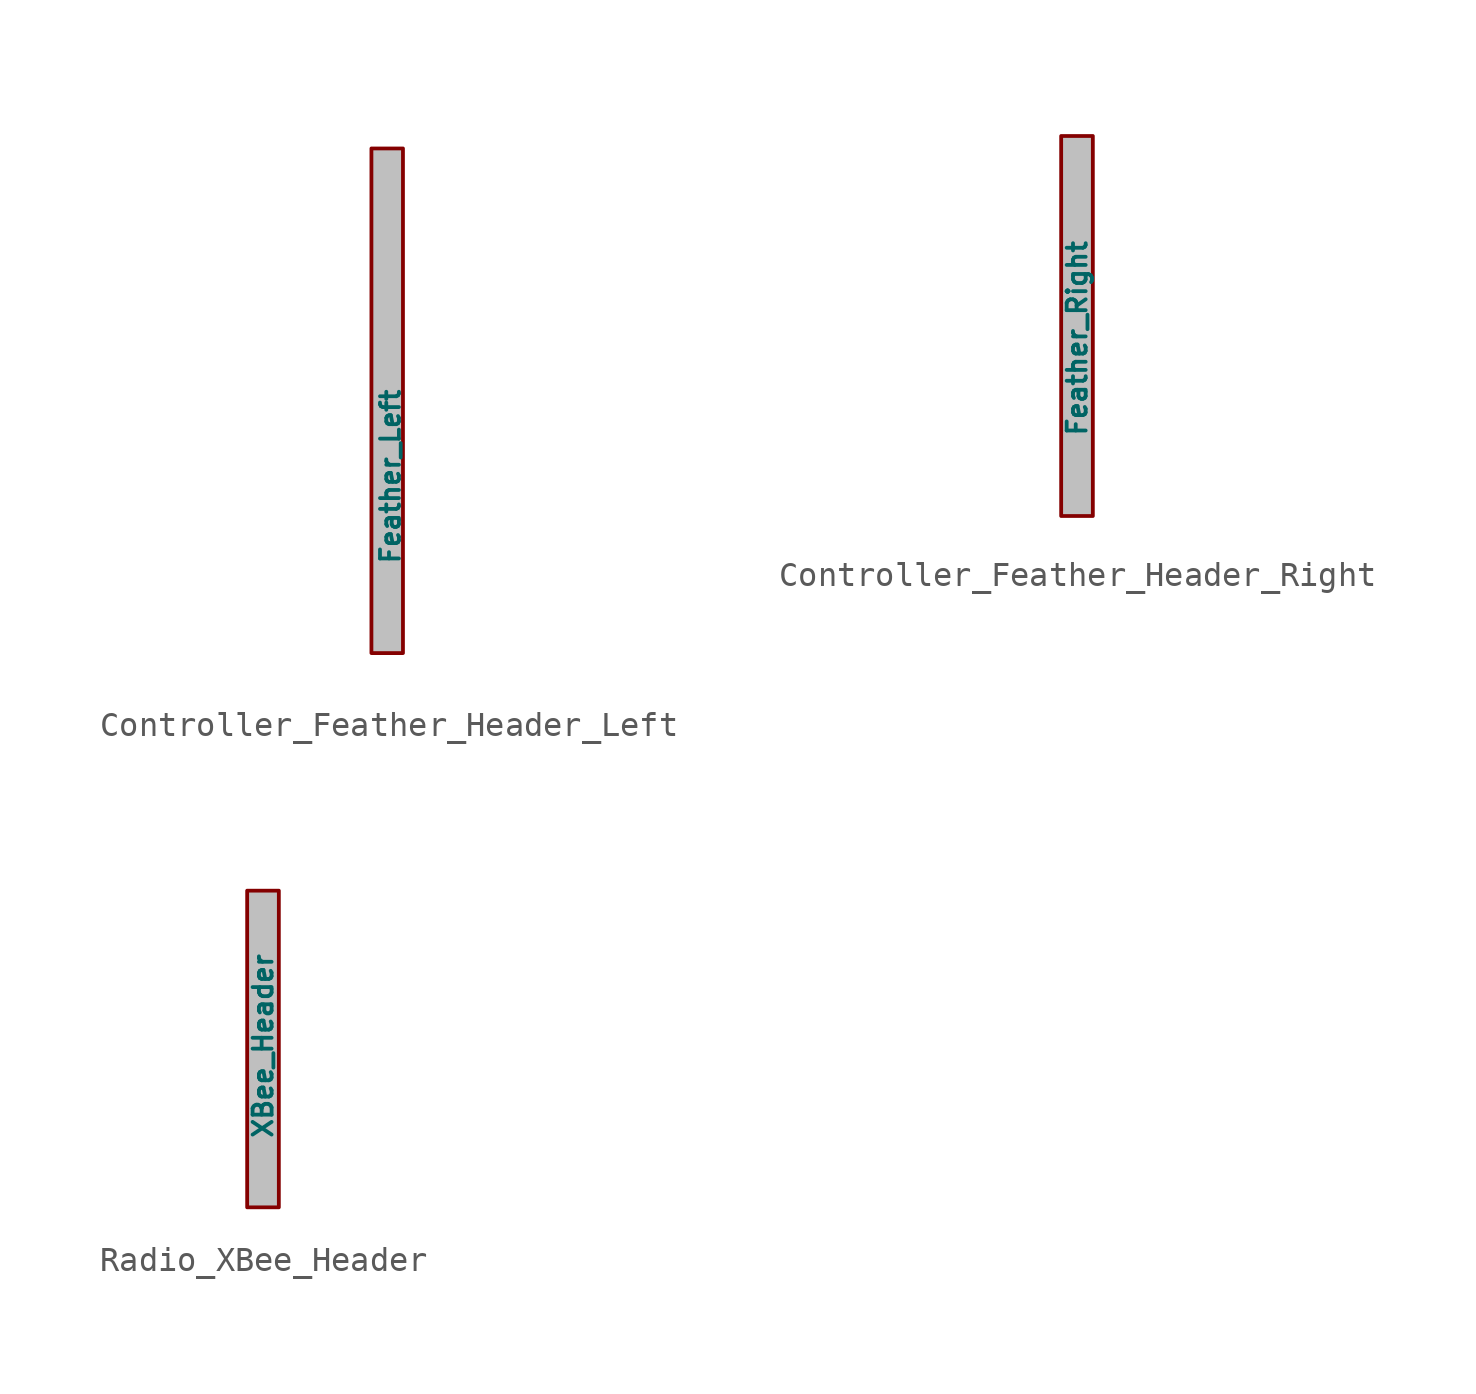
<source format=kicad_sym>
(kicad_symbol_lib
  (version 20241209)
  (generator "kicad_symbol_editor")
  (generator_version "9.0")
  (symbol "Controller_Feather_Header_Left"
    (property "Reference" "J"
      (at -0.762 10.668 0)
      (do_not_autoplace)
      (effects (font (size 0.762 0.762)) (hide yes)))
    (property "Value" "Feather_Left"
      (at -0.508 -3.048 90)
      (do_not_autoplace)
      (effects (font (size 0.762 0.762))))
    (symbol "Controller_Feather_Header_Left_1_1"
      (rectangle (start -1.27 10.16) (end 0 -10.16) (stroke (width 0) (type default)) (fill (type color) (color 136 136 136 0.533)))))
  (symbol "Controller_Feather_Header_Right"
    (property "Reference" "J"
      (at -0.762 5.588 0)
      (do_not_autoplace)
      (effects (font (size 0.762 0.762)) (hide yes)))
    (property "Value" "Feather_Right"
      (at -0.632 -3.03 90)
      (do_not_autoplace)
      (effects (font (size 0.762 0.762))))
    (symbol "Controller_Feather_Header_Right_1_1"
      (rectangle (start -1.27 5.08) (end 0 -10.16) (stroke (width 0) (type default)) (fill (type color) (color 136 136 136 0.533)))))
  (symbol "Radio_XBee_Header"
    (property "Reference" "J"
      (at -0.762 6.858 0)
      (do_not_autoplace)
      (effects (font (size 0.762 0.762)) (hide yes)))
    (property "Value" "XBee_Header"
      (at -0.635 0.124 90)
      (do_not_autoplace)
      (effects (font (size 0.762 0.762))))
    (symbol "Radio_XBee_Header_1_1"
      (rectangle (start -1.27 6.35) (end 0 -6.35) (stroke (width 0) (type default)) (fill (type color) (color 136 136 136 0.533))))))
</source>
